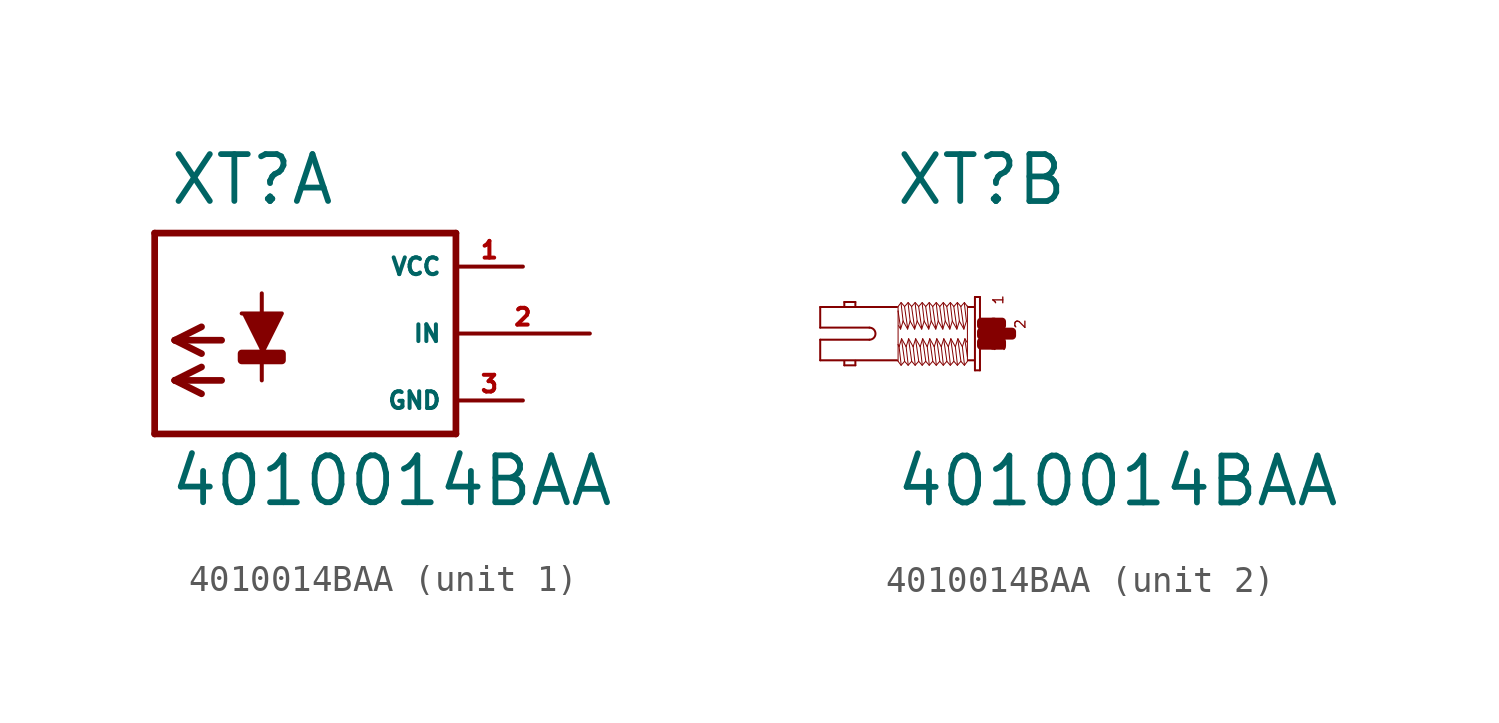
<source format=kicad_sym>
(kicad_symbol_lib
  (version 20220914)
  (generator Eagle2Kicad)
  (symbol "4010014BAA"
    (property "Reference" "XT"
      (at -3.302 4.801 0)
      (effects (font (size 1.778 1.778) (thickness 0.22)) (justify left bottom)))
    (property "Value" "4010014BAA"
      (at -3.302 -6.629 0)
      (effects (font (size 1.778 1.778) (thickness 0.22)) (justify left bottom)))
    (symbol "4010014BAA_1_0"
      (polyline (pts (xy 0.254 -0.762) (xy 1.016 0.762) (xy -0.508 0.762)) (stroke (width 0.152) (type default)) (fill (type outline)))
      (polyline (pts (xy -1.27 -0.254) (xy -3.048 -0.254)) (stroke (width 0.254) (type default)) (fill (type none)))
      (polyline (pts (xy -3.048 -0.254) (xy -2.032 -0.762)) (stroke (width 0.254) (type default)) (fill (type none)))
      (polyline (pts (xy -3.048 -0.254) (xy -2.032 0.254)) (stroke (width 0.254) (type default)) (fill (type none)))
      (polyline (pts (xy -1.27 -1.778) (xy -3.048 -1.778)) (stroke (width 0.254) (type default)) (fill (type none)))
      (polyline (pts (xy -3.048 -1.778) (xy -2.032 -2.286)) (stroke (width 0.254) (type default)) (fill (type none)))
      (polyline (pts (xy -3.048 -1.778) (xy -2.032 -1.27)) (stroke (width 0.254) (type default)) (fill (type none)))
      (polyline (pts (xy 0.254 -1.778) (xy 0.254 1.524)) (stroke (width 0.152) (type default)) (fill (type none)))
      (polyline (pts (xy 7.62 3.81) (xy -3.81 3.81)) (stroke (width 0.254) (type default)) (fill (type none)))
      (polyline (pts (xy -3.81 3.81) (xy -3.81 -3.81)) (stroke (width 0.254) (type default)) (fill (type none)))
      (polyline (pts (xy -3.81 -3.81) (xy 7.62 -3.81)) (stroke (width 0.254) (type default)) (fill (type none)))
      (polyline (pts (xy 7.62 -3.81) (xy 7.62 3.81)) (stroke (width 0.254) (type default)) (fill (type none)))
      (rectangle (start -0.508 -1.016) (end 1.016 -0.762) (stroke (width 0.3) (type default)) (fill (type outline)))
      (pin unspecified line (at 10.16 2.54 180) (length 2.54) (name "VCC" (effects (font (size 0.635 0.635) (thickness 0.08)) (justify left bottom))) (number "1" (effects (font (size 0.635 0.635) (thickness 0.08)) (justify left bottom))))
      (pin unspecified line (at 10.16 -2.54 180) (length 2.54) (name "GND" (effects (font (size 0.635 0.635) (thickness 0.08)) (justify left bottom))) (number "3" (effects (font (size 0.635 0.635) (thickness 0.08)) (justify left bottom))))
      (pin input line (at 12.7 0 180) (length 5.08) (name "IN" (effects (font (size 0.635 0.635) (thickness 0.08)) (justify left bottom))) (number "2" (effects (font (size 0.635 0.635) (thickness 0.08)) (justify left bottom)))))
    (symbol "4010014BAA_2_0"
      (polyline (pts (xy -0.038 1.391) (xy -0.038 -1.391)) (stroke (width 0.076) (type default)) (fill (type none)))
      (polyline (pts (xy -0.038 -1.391) (xy -0.229 -1.391)) (stroke (width 0.076) (type default)) (fill (type none)))
      (polyline (pts (xy -0.229 -1.391) (xy -0.229 1.391)) (stroke (width 0.076) (type default)) (fill (type none)))
      (polyline (pts (xy -0.229 1.391) (xy -0.038 1.391)) (stroke (width 0.076) (type default)) (fill (type none)))
      (polyline (pts (xy -0.267 1.01) (xy -0.476 1.01)) (stroke (width 0.076) (type default)) (fill (type none)))
      (polyline (pts (xy -0.267 -1.01) (xy -0.476 -1.01)) (stroke (width 0.076) (type default)) (fill (type none)))
      (polyline (pts (xy -3.181 -1.01) (xy -6.096 -1.01)) (stroke (width 0.076) (type default)) (fill (type none)))
      (polyline (pts (xy -6.096 -1.01) (xy -6.096 -0.229)) (stroke (width 0.076) (type default)) (fill (type none)))
      (polyline (pts (xy -6.096 -0.229) (xy -4.229 -0.229)) (stroke (width 0.076) (type default)) (fill (type none)))
      (polyline (pts (xy -4.229 0.229) (xy -6.096 0.229)) (stroke (width 0.076) (type default)) (fill (type none)))
      (polyline (pts (xy -6.096 0.229) (xy -6.096 1.01)) (stroke (width 0.076) (type default)) (fill (type none)))
      (polyline (pts (xy -6.096 1.01) (xy -3.181 1.01)) (stroke (width 0.076) (type default)) (fill (type none)))
      (polyline (pts (xy -4.763 -1.029) (xy -4.763 -1.2)) (stroke (width 0.076) (type default)) (fill (type none)))
      (polyline (pts (xy -4.763 -1.2) (xy -5.182 -1.2)) (stroke (width 0.076) (type default)) (fill (type none)))
      (polyline (pts (xy -5.182 -1.2) (xy -5.182 -1.048)) (stroke (width 0.076) (type default)) (fill (type none)))
      (polyline (pts (xy -4.763 1.067) (xy -4.763 1.2)) (stroke (width 0.076) (type default)) (fill (type none)))
      (polyline (pts (xy -4.763 1.2) (xy -5.182 1.2)) (stroke (width 0.076) (type default)) (fill (type none)))
      (polyline (pts (xy -5.182 1.2) (xy -5.182 1.048)) (stroke (width 0.076) (type default)) (fill (type none)))
      (polyline (pts (xy -0.514 -1.048) (xy -0.629 -1.2)) (stroke (width 0.038) (type default)) (fill (type none)))
      (polyline (pts (xy -0.629 -1.2) (xy -0.762 -1.048)) (stroke (width 0.038) (type default)) (fill (type none)))
      (polyline (pts (xy -0.762 -1.048) (xy -0.895 -1.2)) (stroke (width 0.038) (type default)) (fill (type none)))
      (polyline (pts (xy -0.895 -1.2) (xy -1.029 -1.048)) (stroke (width 0.038) (type default)) (fill (type none)))
      (polyline (pts (xy -1.029 -1.048) (xy -1.162 -1.2)) (stroke (width 0.038) (type default)) (fill (type none)))
      (polyline (pts (xy -1.162 -1.2) (xy -1.295 -1.048)) (stroke (width 0.038) (type default)) (fill (type none)))
      (polyline (pts (xy -1.295 -1.048) (xy -1.429 -1.2)) (stroke (width 0.038) (type default)) (fill (type none)))
      (polyline (pts (xy -1.429 -1.2) (xy -1.562 -1.048)) (stroke (width 0.038) (type default)) (fill (type none)))
      (polyline (pts (xy -1.562 -1.048) (xy -1.696 -1.2)) (stroke (width 0.038) (type default)) (fill (type none)))
      (polyline (pts (xy -1.696 -1.2) (xy -1.829 -1.048)) (stroke (width 0.038) (type default)) (fill (type none)))
      (polyline (pts (xy -1.829 -1.048) (xy -1.962 -1.2)) (stroke (width 0.038) (type default)) (fill (type none)))
      (polyline (pts (xy -1.962 -1.2) (xy -2.095 -1.048)) (stroke (width 0.038) (type default)) (fill (type none)))
      (polyline (pts (xy -2.095 -1.048) (xy -2.229 -1.2)) (stroke (width 0.038) (type default)) (fill (type none)))
      (polyline (pts (xy -2.229 -1.2) (xy -2.362 -1.048)) (stroke (width 0.038) (type default)) (fill (type none)))
      (polyline (pts (xy -2.362 -1.048) (xy -2.496 -1.2)) (stroke (width 0.038) (type default)) (fill (type none)))
      (polyline (pts (xy -2.496 -1.2) (xy -2.629 -1.048)) (stroke (width 0.038) (type default)) (fill (type none)))
      (polyline (pts (xy -2.629 -1.048) (xy -2.762 -1.2)) (stroke (width 0.038) (type default)) (fill (type none)))
      (polyline (pts (xy -2.762 -1.2) (xy -2.896 -1.048)) (stroke (width 0.038) (type default)) (fill (type none)))
      (polyline (pts (xy -2.896 -1.048) (xy -3.029 -1.2)) (stroke (width 0.038) (type default)) (fill (type none)))
      (polyline (pts (xy -3.029 -1.2) (xy -3.143 -1.048)) (stroke (width 0.038) (type default)) (fill (type none)))
      (polyline (pts (xy -3.143 -1.048) (xy -3.143 -0.419)) (stroke (width 0.038) (type default)) (fill (type none)))
      (polyline (pts (xy -3.143 -0.419) (xy -3.143 0.857)) (stroke (width 0.038) (type default)) (fill (type none)))
      (polyline (pts (xy -3.143 0.857) (xy -3.143 1.029)) (stroke (width 0.038) (type default)) (fill (type none)))
      (polyline (pts (xy -0.514 1.048) (xy -0.514 1.029)) (stroke (width 0.038) (type default)) (fill (type none)))
      (polyline (pts (xy -0.514 1.029) (xy -0.514 -0.876)) (stroke (width 0.038) (type default)) (fill (type none)))
      (polyline (pts (xy -0.514 -0.876) (xy -0.514 -1.029)) (stroke (width 0.038) (type default)) (fill (type none)))
      (polyline (pts (xy -0.533 -0.324) (xy -0.61 -0.191)) (stroke (width 0.038) (type default)) (fill (type none)))
      (polyline (pts (xy -0.61 -0.191) (xy -0.705 -0.495)) (stroke (width 0.038) (type default)) (fill (type none)))
      (polyline (pts (xy -0.705 -0.495) (xy -0.876 -0.191)) (stroke (width 0.038) (type default)) (fill (type none)))
      (polyline (pts (xy -0.876 -0.191) (xy -0.972 -0.495)) (stroke (width 0.038) (type default)) (fill (type none)))
      (polyline (pts (xy -0.972 -0.495) (xy -1.143 -0.191)) (stroke (width 0.038) (type default)) (fill (type none)))
      (polyline (pts (xy -1.143 -0.191) (xy -1.238 -0.495)) (stroke (width 0.038) (type default)) (fill (type none)))
      (polyline (pts (xy -1.238 -0.495) (xy -1.41 -0.191)) (stroke (width 0.038) (type default)) (fill (type none)))
      (polyline (pts (xy -1.41 -0.191) (xy -1.505 -0.495)) (stroke (width 0.038) (type default)) (fill (type none)))
      (polyline (pts (xy -1.505 -0.495) (xy -1.676 -0.191)) (stroke (width 0.038) (type default)) (fill (type none)))
      (polyline (pts (xy -1.676 -0.191) (xy -1.772 -0.495)) (stroke (width 0.038) (type default)) (fill (type none)))
      (polyline (pts (xy -1.772 -0.495) (xy -1.943 -0.191)) (stroke (width 0.038) (type default)) (fill (type none)))
      (polyline (pts (xy -1.943 -0.191) (xy -2.038 -0.495)) (stroke (width 0.038) (type default)) (fill (type none)))
      (polyline (pts (xy -2.038 -0.495) (xy -2.21 -0.191)) (stroke (width 0.038) (type default)) (fill (type none)))
      (polyline (pts (xy -2.21 -0.191) (xy -2.305 -0.495)) (stroke (width 0.038) (type default)) (fill (type none)))
      (polyline (pts (xy -2.305 -0.495) (xy -2.477 -0.191)) (stroke (width 0.038) (type default)) (fill (type none)))
      (polyline (pts (xy -2.477 -0.191) (xy -2.572 -0.495)) (stroke (width 0.038) (type default)) (fill (type none)))
      (polyline (pts (xy -2.572 -0.495) (xy -2.743 -0.191)) (stroke (width 0.038) (type default)) (fill (type none)))
      (polyline (pts (xy -2.743 -0.191) (xy -2.838 -0.495)) (stroke (width 0.038) (type default)) (fill (type none)))
      (polyline (pts (xy -2.838 -0.495) (xy -3.01 -0.191)) (stroke (width 0.038) (type default)) (fill (type none)))
      (polyline (pts (xy -3.01 -0.191) (xy -3.105 -0.495)) (stroke (width 0.038) (type default)) (fill (type none)))
      (polyline (pts (xy -3.105 -0.495) (xy -3.143 -0.419)) (stroke (width 0.038) (type default)) (fill (type none)))
      (polyline (pts (xy -3.029 -1.162) (xy -3.105 -0.495)) (stroke (width 0.038) (type default)) (fill (type none)))
      (polyline (pts (xy -2.896 -1.029) (xy -3.01 -0.229)) (stroke (width 0.038) (type default)) (fill (type none)))
      (polyline (pts (xy -2.762 -1.162) (xy -2.838 -0.495)) (stroke (width 0.038) (type default)) (fill (type none)))
      (polyline (pts (xy -2.629 -1.029) (xy -2.743 -0.229)) (stroke (width 0.038) (type default)) (fill (type none)))
      (polyline (pts (xy -2.496 -1.162) (xy -2.572 -0.495)) (stroke (width 0.038) (type default)) (fill (type none)))
      (polyline (pts (xy -2.362 -1.029) (xy -2.477 -0.229)) (stroke (width 0.038) (type default)) (fill (type none)))
      (polyline (pts (xy -2.229 -1.162) (xy -2.305 -0.495)) (stroke (width 0.038) (type default)) (fill (type none)))
      (polyline (pts (xy -2.095 -1.029) (xy -2.21 -0.229)) (stroke (width 0.038) (type default)) (fill (type none)))
      (polyline (pts (xy -1.962 -1.162) (xy -2.038 -0.495)) (stroke (width 0.038) (type default)) (fill (type none)))
      (polyline (pts (xy -1.829 -1.029) (xy -1.943 -0.229)) (stroke (width 0.038) (type default)) (fill (type none)))
      (polyline (pts (xy -1.696 -1.162) (xy -1.772 -0.495)) (stroke (width 0.038) (type default)) (fill (type none)))
      (polyline (pts (xy -1.562 -1.029) (xy -1.676 -0.229)) (stroke (width 0.038) (type default)) (fill (type none)))
      (polyline (pts (xy -1.429 -1.162) (xy -1.505 -0.495)) (stroke (width 0.038) (type default)) (fill (type none)))
      (polyline (pts (xy -1.295 -1.029) (xy -1.41 -0.229)) (stroke (width 0.038) (type default)) (fill (type none)))
      (polyline (pts (xy -1.162 -1.162) (xy -1.238 -0.495)) (stroke (width 0.038) (type default)) (fill (type none)))
      (polyline (pts (xy -1.029 -1.029) (xy -1.143 -0.229)) (stroke (width 0.038) (type default)) (fill (type none)))
      (polyline (pts (xy -0.895 -1.162) (xy -0.972 -0.495)) (stroke (width 0.038) (type default)) (fill (type none)))
      (polyline (pts (xy -0.762 -1.029) (xy -0.876 -0.229)) (stroke (width 0.038) (type default)) (fill (type none)))
      (polyline (pts (xy -0.629 -1.162) (xy -0.705 -0.495)) (stroke (width 0.038) (type default)) (fill (type none)))
      (polyline (pts (xy -0.514 -0.876) (xy -0.61 -0.229)) (stroke (width 0.038) (type default)) (fill (type none)))
      (polyline (pts (xy -3.143 1.029) (xy -3.029 1.181)) (stroke (width 0.038) (type default)) (fill (type none)))
      (polyline (pts (xy -3.029 1.181) (xy -2.896 1.029)) (stroke (width 0.038) (type default)) (fill (type none)))
      (polyline (pts (xy -2.896 1.029) (xy -2.762 1.181)) (stroke (width 0.038) (type default)) (fill (type none)))
      (polyline (pts (xy -2.762 1.181) (xy -2.629 1.029)) (stroke (width 0.038) (type default)) (fill (type none)))
      (polyline (pts (xy -2.629 1.029) (xy -2.496 1.181)) (stroke (width 0.038) (type default)) (fill (type none)))
      (polyline (pts (xy -2.496 1.181) (xy -2.362 1.029)) (stroke (width 0.038) (type default)) (fill (type none)))
      (polyline (pts (xy -2.362 1.029) (xy -2.229 1.181)) (stroke (width 0.038) (type default)) (fill (type none)))
      (polyline (pts (xy -2.229 1.181) (xy -2.095 1.029)) (stroke (width 0.038) (type default)) (fill (type none)))
      (polyline (pts (xy -2.095 1.029) (xy -1.962 1.181)) (stroke (width 0.038) (type default)) (fill (type none)))
      (polyline (pts (xy -1.962 1.181) (xy -1.829 1.029)) (stroke (width 0.038) (type default)) (fill (type none)))
      (polyline (pts (xy -1.829 1.029) (xy -1.696 1.181)) (stroke (width 0.038) (type default)) (fill (type none)))
      (polyline (pts (xy -1.696 1.181) (xy -1.562 1.029)) (stroke (width 0.038) (type default)) (fill (type none)))
      (polyline (pts (xy -1.562 1.029) (xy -1.429 1.181)) (stroke (width 0.038) (type default)) (fill (type none)))
      (polyline (pts (xy -1.429 1.181) (xy -1.295 1.029)) (stroke (width 0.038) (type default)) (fill (type none)))
      (polyline (pts (xy -1.295 1.029) (xy -1.162 1.181)) (stroke (width 0.038) (type default)) (fill (type none)))
      (polyline (pts (xy -1.162 1.181) (xy -1.029 1.029)) (stroke (width 0.038) (type default)) (fill (type none)))
      (polyline (pts (xy -1.029 1.029) (xy -0.895 1.181)) (stroke (width 0.038) (type default)) (fill (type none)))
      (polyline (pts (xy -0.895 1.181) (xy -0.762 1.029)) (stroke (width 0.038) (type default)) (fill (type none)))
      (polyline (pts (xy -0.762 1.029) (xy -0.629 1.181)) (stroke (width 0.038) (type default)) (fill (type none)))
      (polyline (pts (xy -0.629 1.181) (xy -0.514 1.029)) (stroke (width 0.038) (type default)) (fill (type none)))
      (polyline (pts (xy -3.124 0.305) (xy -3.048 0.172)) (stroke (width 0.038) (type default)) (fill (type none)))
      (polyline (pts (xy -3.048 0.172) (xy -2.953 0.476)) (stroke (width 0.038) (type default)) (fill (type none)))
      (polyline (pts (xy -2.953 0.476) (xy -2.781 0.172)) (stroke (width 0.038) (type default)) (fill (type none)))
      (polyline (pts (xy -2.781 0.172) (xy -2.686 0.476)) (stroke (width 0.038) (type default)) (fill (type none)))
      (polyline (pts (xy -2.686 0.476) (xy -2.515 0.172)) (stroke (width 0.038) (type default)) (fill (type none)))
      (polyline (pts (xy -2.515 0.172) (xy -2.419 0.476)) (stroke (width 0.038) (type default)) (fill (type none)))
      (polyline (pts (xy -2.419 0.476) (xy -2.248 0.172)) (stroke (width 0.038) (type default)) (fill (type none)))
      (polyline (pts (xy -2.248 0.172) (xy -2.153 0.476)) (stroke (width 0.038) (type default)) (fill (type none)))
      (polyline (pts (xy -2.153 0.476) (xy -1.981 0.172)) (stroke (width 0.038) (type default)) (fill (type none)))
      (polyline (pts (xy -1.981 0.172) (xy -1.886 0.476)) (stroke (width 0.038) (type default)) (fill (type none)))
      (polyline (pts (xy -1.886 0.476) (xy -1.714 0.172)) (stroke (width 0.038) (type default)) (fill (type none)))
      (polyline (pts (xy -1.714 0.172) (xy -1.619 0.476)) (stroke (width 0.038) (type default)) (fill (type none)))
      (polyline (pts (xy -1.619 0.476) (xy -1.448 0.172)) (stroke (width 0.038) (type default)) (fill (type none)))
      (polyline (pts (xy -1.448 0.172) (xy -1.353 0.476)) (stroke (width 0.038) (type default)) (fill (type none)))
      (polyline (pts (xy -1.353 0.476) (xy -1.181 0.172)) (stroke (width 0.038) (type default)) (fill (type none)))
      (polyline (pts (xy -1.181 0.172) (xy -1.086 0.476)) (stroke (width 0.038) (type default)) (fill (type none)))
      (polyline (pts (xy -1.086 0.476) (xy -0.914 0.172)) (stroke (width 0.038) (type default)) (fill (type none)))
      (polyline (pts (xy -0.914 0.172) (xy -0.819 0.476)) (stroke (width 0.038) (type default)) (fill (type none)))
      (polyline (pts (xy -0.819 0.476) (xy -0.648 0.172)) (stroke (width 0.038) (type default)) (fill (type none)))
      (polyline (pts (xy -0.648 0.172) (xy -0.552 0.476)) (stroke (width 0.038) (type default)) (fill (type none)))
      (polyline (pts (xy -0.629 1.143) (xy -0.552 0.476)) (stroke (width 0.038) (type default)) (fill (type none)))
      (polyline (pts (xy -0.762 1.01) (xy -0.648 0.21)) (stroke (width 0.038) (type default)) (fill (type none)))
      (polyline (pts (xy -0.895 1.143) (xy -0.819 0.476)) (stroke (width 0.038) (type default)) (fill (type none)))
      (polyline (pts (xy -1.029 1.01) (xy -0.914 0.21)) (stroke (width 0.038) (type default)) (fill (type none)))
      (polyline (pts (xy -1.162 1.143) (xy -1.086 0.476)) (stroke (width 0.038) (type default)) (fill (type none)))
      (polyline (pts (xy -1.295 1.01) (xy -1.181 0.21)) (stroke (width 0.038) (type default)) (fill (type none)))
      (polyline (pts (xy -1.429 1.143) (xy -1.353 0.476)) (stroke (width 0.038) (type default)) (fill (type none)))
      (polyline (pts (xy -1.562 1.01) (xy -1.448 0.21)) (stroke (width 0.038) (type default)) (fill (type none)))
      (polyline (pts (xy -1.696 1.143) (xy -1.619 0.476)) (stroke (width 0.038) (type default)) (fill (type none)))
      (polyline (pts (xy -1.829 1.01) (xy -1.714 0.21)) (stroke (width 0.038) (type default)) (fill (type none)))
      (polyline (pts (xy -1.962 1.143) (xy -1.886 0.476)) (stroke (width 0.038) (type default)) (fill (type none)))
      (polyline (pts (xy -2.095 1.01) (xy -1.981 0.21)) (stroke (width 0.038) (type default)) (fill (type none)))
      (polyline (pts (xy -2.229 1.143) (xy -2.153 0.476)) (stroke (width 0.038) (type default)) (fill (type none)))
      (polyline (pts (xy -2.362 1.01) (xy -2.248 0.21)) (stroke (width 0.038) (type default)) (fill (type none)))
      (polyline (pts (xy -2.496 1.143) (xy -2.419 0.476)) (stroke (width 0.038) (type default)) (fill (type none)))
      (polyline (pts (xy -2.629 1.01) (xy -2.515 0.21)) (stroke (width 0.038) (type default)) (fill (type none)))
      (polyline (pts (xy -2.762 1.143) (xy -2.686 0.476)) (stroke (width 0.038) (type default)) (fill (type none)))
      (polyline (pts (xy -2.896 1.01) (xy -2.781 0.21)) (stroke (width 0.038) (type default)) (fill (type none)))
      (polyline (pts (xy -3.029 1.143) (xy -2.953 0.476)) (stroke (width 0.038) (type default)) (fill (type none)))
      (polyline (pts (xy -3.143 0.857) (xy -3.048 0.21)) (stroke (width 0.038) (type default)) (fill (type none)))
      (arc (start -4.2291 -0.2286) (mid -4.001 0.000) (end -4.2291 0.2286) (stroke (width 0.0762) (type default)) (fill (type none)))
      (text "1" (at 0.876 1.067 1800) (effects (font (size 0.381 0.381) (thickness 0.05)) (justify left bottom)))
      (text "3" (at 0.953 -0.686 1800) (effects (font (size 0.381 0.381) (thickness 0.05)) (justify left bottom)))
      (text "2" (at 1.714 0.152 1800) (effects (font (size 0.381 0.381) (thickness 0.05)) (justify left bottom)))
      (rectangle (start 0 -0.457) (end 0.495 -0.305) (stroke (width 0.3) (type default)) (fill (type outline)))
      (rectangle (start 0 -0.076) (end 0.876 0.076) (stroke (width 0.3) (type default)) (fill (type outline)))
      (rectangle (start 0.457 -0.457) (end 0.8 -0.305) (stroke (width 0.3) (type default)) (fill (type outline)))
      (rectangle (start 0.838 -0.076) (end 1.181 0.076) (stroke (width 0.3) (type default)) (fill (type outline)))
      (rectangle (start 0.457 0.305) (end 0.8 0.457) (stroke (width 0.3) (type default)) (fill (type outline)))
      (rectangle (start 0 0.305) (end 0.495 0.457) (stroke (width 0.3) (type default)) (fill (type outline))))))
</source>
